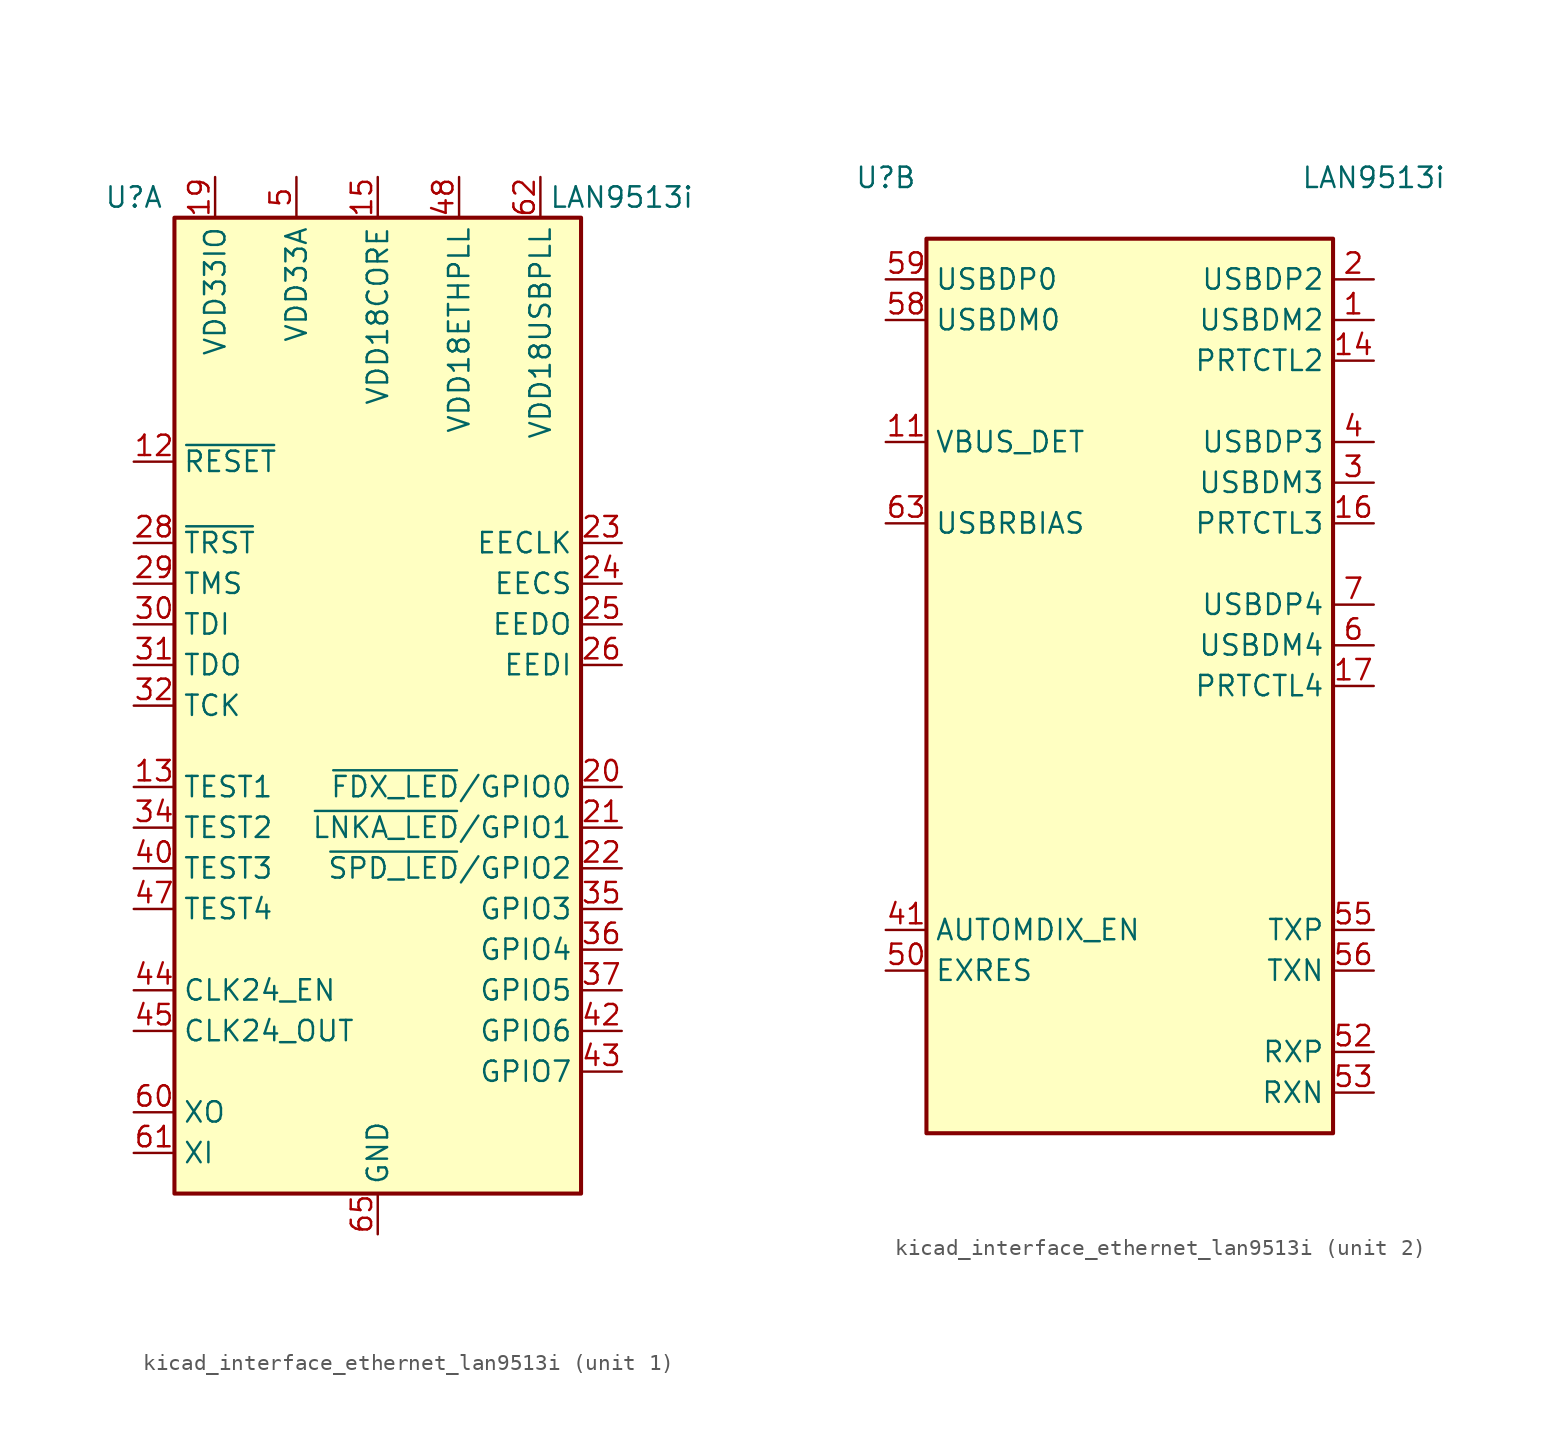
<source format=kicad_sym>
(kicad_symbol_lib
  (version 20220914)
  (generator kicad_symbol_editor)
  (symbol "kicad_interface_ethernet_lan9513i"
    (property "Reference" "U"
      (at -15.24 31.75 0)
      (effects (font (size 1.27 1.27))))
    (property "Value" "LAN9513i"
      (at 15.24 31.75 0)
      (effects (font (size 1.27 1.27))))
    (property "ki_locked" ""
      (at 0 0 0)
      (effects (font (size 1.27 1.27))))
    (symbol "kicad_interface_ethernet_lan9513i_1_1"
      (rectangle (start -12.7 30.48) (end 12.7 -30.48) (stroke (width 0.254) (type default)) (fill (type background)))
      (pin passive line (at -5.08 33.02 270) (length 2.54) hide (name "VDD33A" (effects (font (size 1.27 1.27)))) (number "10" (effects (font (size 1.27 1.27)))))
      (pin input line (at -15.24 15.24 0) (length 2.54) (name "~{RESET}" (effects (font (size 1.27 1.27)))) (number "12" (effects (font (size 1.27 1.27)))))
      (pin input line (at -15.24 -5.08 0) (length 2.54) (name "TEST1" (effects (font (size 1.27 1.27)))) (number "13" (effects (font (size 1.27 1.27)))))
      (pin power_in line (at 0 33.02 270) (length 2.54) (name "VDD18CORE" (effects (font (size 1.27 1.27)))) (number "15" (effects (font (size 1.27 1.27)))))
      (pin power_in line (at -10.16 33.02 270) (length 2.54) (name "VDD33IO" (effects (font (size 1.27 1.27)))) (number "19" (effects (font (size 1.27 1.27)))))
      (pin bidirectional line (at 15.24 -5.08 180) (length 2.54) (name "~{FDX_LED}/GPIO0" (effects (font (size 1.27 1.27)))) (number "20" (effects (font (size 1.27 1.27)))))
      (pin bidirectional line (at 15.24 -7.62 180) (length 2.54) (name "~{LNKA_LED}/GPIO1" (effects (font (size 1.27 1.27)))) (number "21" (effects (font (size 1.27 1.27)))))
      (pin bidirectional line (at 15.24 -10.16 180) (length 2.54) (name "~{SPD_LED}/GPIO2" (effects (font (size 1.27 1.27)))) (number "22" (effects (font (size 1.27 1.27)))))
      (pin output line (at 15.24 10.16 180) (length 2.54) (name "EECLK" (effects (font (size 1.27 1.27)))) (number "23" (effects (font (size 1.27 1.27)))))
      (pin output line (at 15.24 7.62 180) (length 2.54) (name "EECS" (effects (font (size 1.27 1.27)))) (number "24" (effects (font (size 1.27 1.27)))))
      (pin output line (at 15.24 5.08 180) (length 2.54) (name "EEDO" (effects (font (size 1.27 1.27)))) (number "25" (effects (font (size 1.27 1.27)))))
      (pin input line (at 15.24 2.54 180) (length 2.54) (name "EEDI" (effects (font (size 1.27 1.27)))) (number "26" (effects (font (size 1.27 1.27)))))
      (pin passive line (at -10.16 33.02 270) (length 2.54) hide (name "VDD33IO" (effects (font (size 1.27 1.27)))) (number "27" (effects (font (size 1.27 1.27)))))
      (pin input line (at -15.24 10.16 0) (length 2.54) (name "~{TRST}" (effects (font (size 1.27 1.27)))) (number "28" (effects (font (size 1.27 1.27)))))
      (pin input line (at -15.24 7.62 0) (length 2.54) (name "TMS" (effects (font (size 1.27 1.27)))) (number "29" (effects (font (size 1.27 1.27)))))
      (pin input line (at -15.24 5.08 0) (length 2.54) (name "TDI" (effects (font (size 1.27 1.27)))) (number "30" (effects (font (size 1.27 1.27)))))
      (pin output line (at -15.24 2.54 0) (length 2.54) (name "TDO" (effects (font (size 1.27 1.27)))) (number "31" (effects (font (size 1.27 1.27)))))
      (pin input line (at -15.24 0 0) (length 2.54) (name "TCK" (effects (font (size 1.27 1.27)))) (number "32" (effects (font (size 1.27 1.27)))))
      (pin passive line (at -10.16 33.02 270) (length 2.54) hide (name "VDD33IO" (effects (font (size 1.27 1.27)))) (number "33" (effects (font (size 1.27 1.27)))))
      (pin input line (at -15.24 -7.62 0) (length 2.54) (name "TEST2" (effects (font (size 1.27 1.27)))) (number "34" (effects (font (size 1.27 1.27)))))
      (pin bidirectional line (at 15.24 -12.7 180) (length 2.54) (name "GPIO3" (effects (font (size 1.27 1.27)))) (number "35" (effects (font (size 1.27 1.27)))))
      (pin bidirectional line (at 15.24 -15.24 180) (length 2.54) (name "GPIO4" (effects (font (size 1.27 1.27)))) (number "36" (effects (font (size 1.27 1.27)))))
      (pin bidirectional line (at 15.24 -17.78 180) (length 2.54) (name "GPIO5" (effects (font (size 1.27 1.27)))) (number "37" (effects (font (size 1.27 1.27)))))
      (pin passive line (at 0 33.02 270) (length 2.54) hide (name "VDD18CORE" (effects (font (size 1.27 1.27)))) (number "38" (effects (font (size 1.27 1.27)))))
      (pin passive line (at -10.16 33.02 270) (length 2.54) hide (name "VDD33IO" (effects (font (size 1.27 1.27)))) (number "39" (effects (font (size 1.27 1.27)))))
      (pin input line (at -15.24 -10.16 0) (length 2.54) (name "TEST3" (effects (font (size 1.27 1.27)))) (number "40" (effects (font (size 1.27 1.27)))))
      (pin bidirectional line (at 15.24 -20.32 180) (length 2.54) (name "GPIO6" (effects (font (size 1.27 1.27)))) (number "42" (effects (font (size 1.27 1.27)))))
      (pin bidirectional line (at 15.24 -22.86 180) (length 2.54) (name "GPIO7" (effects (font (size 1.27 1.27)))) (number "43" (effects (font (size 1.27 1.27)))))
      (pin input line (at -15.24 -17.78 0) (length 2.54) (name "CLK24_EN" (effects (font (size 1.27 1.27)))) (number "44" (effects (font (size 1.27 1.27)))))
      (pin output line (at -15.24 -20.32 0) (length 2.54) (name "CLK24_OUT" (effects (font (size 1.27 1.27)))) (number "45" (effects (font (size 1.27 1.27)))))
      (pin passive line (at -10.16 33.02 270) (length 2.54) hide (name "VDD33IO" (effects (font (size 1.27 1.27)))) (number "46" (effects (font (size 1.27 1.27)))))
      (pin input line (at -15.24 -12.7 0) (length 2.54) (name "TEST4" (effects (font (size 1.27 1.27)))) (number "47" (effects (font (size 1.27 1.27)))))
      (pin power_in line (at 5.08 33.02 270) (length 2.54) (name "VDD18ETHPLL" (effects (font (size 1.27 1.27)))) (number "48" (effects (font (size 1.27 1.27)))))
      (pin passive line (at -5.08 33.02 270) (length 2.54) hide (name "VDD33A" (effects (font (size 1.27 1.27)))) (number "49" (effects (font (size 1.27 1.27)))))
      (pin power_in line (at -5.08 33.02 270) (length 2.54) (name "VDD33A" (effects (font (size 1.27 1.27)))) (number "5" (effects (font (size 1.27 1.27)))))
      (pin passive line (at -5.08 33.02 270) (length 2.54) hide (name "VDD33A" (effects (font (size 1.27 1.27)))) (number "51" (effects (font (size 1.27 1.27)))))
      (pin passive line (at -5.08 33.02 270) (length 2.54) hide (name "VDD33A" (effects (font (size 1.27 1.27)))) (number "54" (effects (font (size 1.27 1.27)))))
      (pin passive line (at -5.08 33.02 270) (length 2.54) hide (name "VDD33A" (effects (font (size 1.27 1.27)))) (number "57" (effects (font (size 1.27 1.27)))))
      (pin input line (at -15.24 -25.4 0) (length 2.54) (name "XO" (effects (font (size 1.27 1.27)))) (number "60" (effects (font (size 1.27 1.27)))))
      (pin input line (at -15.24 -27.94 0) (length 2.54) (name "XI" (effects (font (size 1.27 1.27)))) (number "61" (effects (font (size 1.27 1.27)))))
      (pin power_in line (at 10.16 33.02 270) (length 2.54) (name "VDD18USBPLL" (effects (font (size 1.27 1.27)))) (number "62" (effects (font (size 1.27 1.27)))))
      (pin passive line (at -5.08 33.02 270) (length 2.54) hide (name "VDD33A" (effects (font (size 1.27 1.27)))) (number "64" (effects (font (size 1.27 1.27)))))
      (pin power_in line (at 0 -33.02 90) (length 2.54) (name "GND" (effects (font (size 1.27 1.27)))) (number "65" (effects (font (size 1.27 1.27))))))
    (symbol "kicad_interface_ethernet_lan9513i_2_1"
      (rectangle (start 12.7 -27.94) (end -12.7 27.94) (stroke (width 0.254) (type default)) (fill (type background)))
      (pin bidirectional line (at 15.24 22.86 180) (length 2.54) (name "USBDM2" (effects (font (size 1.27 1.27)))) (number "1" (effects (font (size 1.27 1.27)))))
      (pin input line (at -15.24 15.24 0) (length 2.54) (name "VBUS_DET" (effects (font (size 1.27 1.27)))) (number "11" (effects (font (size 1.27 1.27)))))
      (pin bidirectional line (at 15.24 20.32 180) (length 2.54) (name "PRTCTL2" (effects (font (size 1.27 1.27)))) (number "14" (effects (font (size 1.27 1.27)))))
      (pin bidirectional line (at 15.24 10.16 180) (length 2.54) (name "PRTCTL3" (effects (font (size 1.27 1.27)))) (number "16" (effects (font (size 1.27 1.27)))))
      (pin bidirectional line (at 15.24 0 180) (length 2.54) (name "PRTCTL4" (effects (font (size 1.27 1.27)))) (number "17" (effects (font (size 1.27 1.27)))))
      (pin no_connect line (at 12.7 -10.16 180) (length 2.54) hide (name "NC" (effects (font (size 1.27 1.27)))) (number "18" (effects (font (size 1.27 1.27)))))
      (pin bidirectional line (at 15.24 25.4 180) (length 2.54) (name "USBDP2" (effects (font (size 1.27 1.27)))) (number "2" (effects (font (size 1.27 1.27)))))
      (pin bidirectional line (at 15.24 12.7 180) (length 2.54) (name "USBDM3" (effects (font (size 1.27 1.27)))) (number "3" (effects (font (size 1.27 1.27)))))
      (pin bidirectional line (at 15.24 15.24 180) (length 2.54) (name "USBDP3" (effects (font (size 1.27 1.27)))) (number "4" (effects (font (size 1.27 1.27)))))
      (pin input line (at -15.24 -15.24 0) (length 2.54) (name "AUTOMDIX_EN" (effects (font (size 1.27 1.27)))) (number "41" (effects (font (size 1.27 1.27)))))
      (pin input line (at -15.24 -17.78 0) (length 2.54) (name "EXRES" (effects (font (size 1.27 1.27)))) (number "50" (effects (font (size 1.27 1.27)))))
      (pin input line (at 15.24 -22.86 180) (length 2.54) (name "RXP" (effects (font (size 1.27 1.27)))) (number "52" (effects (font (size 1.27 1.27)))))
      (pin input line (at 15.24 -25.4 180) (length 2.54) (name "RXN" (effects (font (size 1.27 1.27)))) (number "53" (effects (font (size 1.27 1.27)))))
      (pin output line (at 15.24 -15.24 180) (length 2.54) (name "TXP" (effects (font (size 1.27 1.27)))) (number "55" (effects (font (size 1.27 1.27)))))
      (pin output line (at 15.24 -17.78 180) (length 2.54) (name "TXN" (effects (font (size 1.27 1.27)))) (number "56" (effects (font (size 1.27 1.27)))))
      (pin bidirectional line (at -15.24 22.86 0) (length 2.54) (name "USBDM0" (effects (font (size 1.27 1.27)))) (number "58" (effects (font (size 1.27 1.27)))))
      (pin bidirectional line (at -15.24 25.4 0) (length 2.54) (name "USBDP0" (effects (font (size 1.27 1.27)))) (number "59" (effects (font (size 1.27 1.27)))))
      (pin bidirectional line (at 15.24 2.54 180) (length 2.54) (name "USBDM4" (effects (font (size 1.27 1.27)))) (number "6" (effects (font (size 1.27 1.27)))))
      (pin input line (at -15.24 10.16 0) (length 2.54) (name "USBRBIAS" (effects (font (size 1.27 1.27)))) (number "63" (effects (font (size 1.27 1.27)))))
      (pin bidirectional line (at 15.24 5.08 180) (length 2.54) (name "USBDP4" (effects (font (size 1.27 1.27)))) (number "7" (effects (font (size 1.27 1.27)))))
      (pin no_connect line (at 12.7 -7.62 180) (length 2.54) hide (name "NC" (effects (font (size 1.27 1.27)))) (number "8" (effects (font (size 1.27 1.27)))))
      (pin no_connect line (at 12.7 -5.08 180) (length 2.54) hide (name "NC" (effects (font (size 1.27 1.27)))) (number "9" (effects (font (size 1.27 1.27))))))))
</source>
